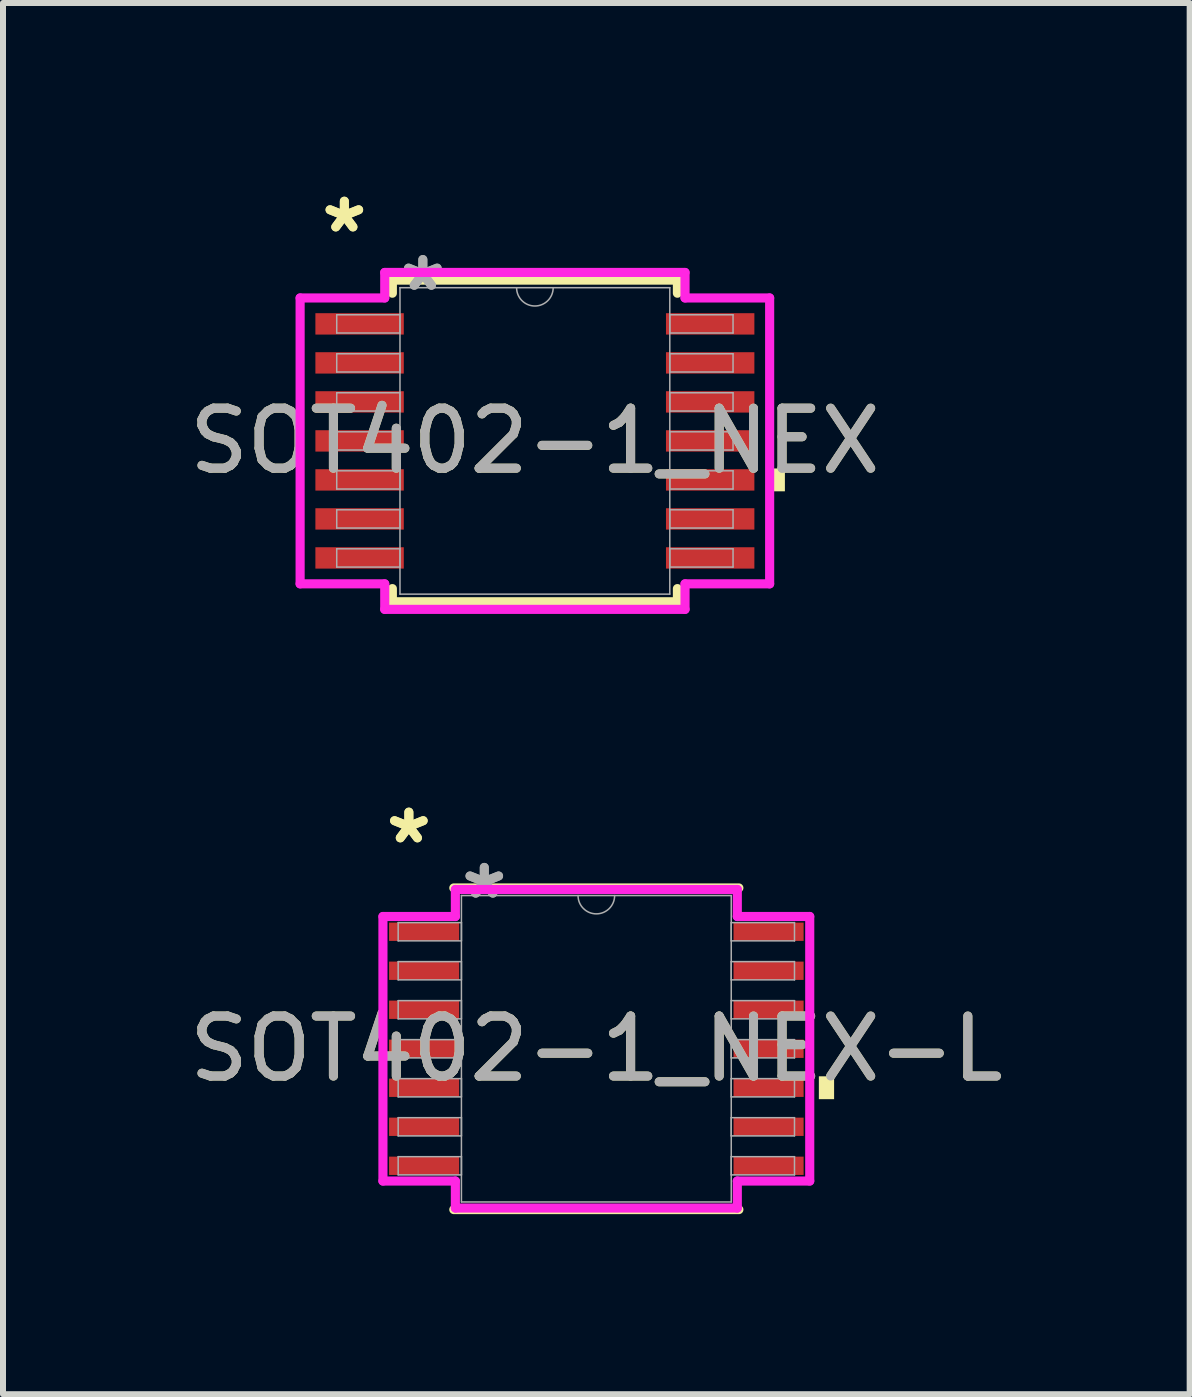
<source format=kicad_pcb>
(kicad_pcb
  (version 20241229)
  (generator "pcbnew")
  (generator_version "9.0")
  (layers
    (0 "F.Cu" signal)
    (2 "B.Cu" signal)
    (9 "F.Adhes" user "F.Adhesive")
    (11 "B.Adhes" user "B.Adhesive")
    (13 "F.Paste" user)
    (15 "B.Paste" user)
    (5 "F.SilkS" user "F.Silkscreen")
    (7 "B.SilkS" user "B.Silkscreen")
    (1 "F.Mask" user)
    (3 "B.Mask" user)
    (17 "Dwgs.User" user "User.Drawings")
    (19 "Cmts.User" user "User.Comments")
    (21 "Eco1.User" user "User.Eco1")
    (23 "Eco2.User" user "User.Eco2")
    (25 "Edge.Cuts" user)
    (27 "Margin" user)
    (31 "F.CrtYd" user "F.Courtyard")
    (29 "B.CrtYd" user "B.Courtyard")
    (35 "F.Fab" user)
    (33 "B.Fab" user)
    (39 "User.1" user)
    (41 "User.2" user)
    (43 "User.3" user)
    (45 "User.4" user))
  (footprint "SOT402-1_NEX"
    (layer "F.Cu")
    (at 5.863 4.297)
    (property "Reference" "SOT402-1_NEX" (at 0 0 0) (unlocked yes) (layer "F.SilkS") (effects (font (size 1 1) (thickness 0.15))))
    (attr smd)
    (fp_line (start -2.375 -2.68) (end -2.375 -2.461) (stroke (width 0.152) (type solid)) (layer "F.SilkS"))
    (fp_line (start -2.375 2.461) (end -2.375 2.68) (stroke (width 0.152) (type solid)) (layer "F.SilkS"))
    (fp_line (start -2.375 2.68) (end 2.375 2.68) (stroke (width 0.152) (type solid)) (layer "F.SilkS"))
    (fp_line (start 2.375 -2.68) (end -2.375 -2.68) (stroke (width 0.152) (type solid)) (layer "F.SilkS"))
    (fp_line (start 2.375 -2.461) (end 2.375 -2.68) (stroke (width 0.152) (type solid)) (layer "F.SilkS"))
    (fp_line (start 2.375 2.68) (end 2.375 2.461) (stroke (width 0.152) (type solid)) (layer "F.SilkS"))
    (fp_poly (pts (xy 4.166 0.459) (xy 4.166 0.84) (xy 3.912 0.84) (xy 3.912 0.459)) (stroke (width 0) (type solid)) (fill yes) (layer "F.SilkS"))
    (fp_line (start -3.912 -2.382) (end -2.502 -2.382) (stroke (width 0.152) (type solid)) (layer "F.CrtYd"))
    (fp_line (start -3.912 2.382) (end -3.912 -2.382) (stroke (width 0.152) (type solid)) (layer "F.CrtYd"))
    (fp_line (start -3.912 2.382) (end -2.502 2.382) (stroke (width 0.152) (type solid)) (layer "F.CrtYd"))
    (fp_line (start -2.502 -2.807) (end 2.502 -2.807) (stroke (width 0.152) (type solid)) (layer "F.CrtYd"))
    (fp_line (start -2.502 -2.382) (end -2.502 -2.807) (stroke (width 0.152) (type solid)) (layer "F.CrtYd"))
    (fp_line (start -2.502 2.807) (end -2.502 2.382) (stroke (width 0.152) (type solid)) (layer "F.CrtYd"))
    (fp_line (start 2.502 -2.807) (end 2.502 -2.382) (stroke (width 0.152) (type solid)) (layer "F.CrtYd"))
    (fp_line (start 2.502 2.382) (end 2.502 2.807) (stroke (width 0.152) (type solid)) (layer "F.CrtYd"))
    (fp_line (start 2.502 2.807) (end -2.502 2.807) (stroke (width 0.152) (type solid)) (layer "F.CrtYd"))
    (fp_line (start 3.912 -2.382) (end 2.502 -2.382) (stroke (width 0.152) (type solid)) (layer "F.CrtYd"))
    (fp_line (start 3.912 -2.382) (end 3.912 2.382) (stroke (width 0.152) (type solid)) (layer "F.CrtYd"))
    (fp_line (start 3.912 2.382) (end 2.502 2.382) (stroke (width 0.152) (type solid)) (layer "F.CrtYd"))
    (fp_line (start -3.302 -2.102) (end -3.302 -1.798) (stroke (width 0.025) (type solid)) (layer "F.Fab"))
    (fp_line (start -3.302 -1.798) (end -2.248 -1.798) (stroke (width 0.025) (type solid)) (layer "F.Fab"))
    (fp_line (start -3.302 -1.452) (end -3.302 -1.148) (stroke (width 0.025) (type solid)) (layer "F.Fab"))
    (fp_line (start -3.302 -1.148) (end -2.248 -1.148) (stroke (width 0.025) (type solid)) (layer "F.Fab"))
    (fp_line (start -3.302 -0.802) (end -3.302 -0.498) (stroke (width 0.025) (type solid)) (layer "F.Fab"))
    (fp_line (start -3.302 -0.498) (end -2.248 -0.498) (stroke (width 0.025) (type solid)) (layer "F.Fab"))
    (fp_line (start -3.302 -0.152) (end -3.302 0.152) (stroke (width 0.025) (type solid)) (layer "F.Fab"))
    (fp_line (start -3.302 0.152) (end -2.248 0.152) (stroke (width 0.025) (type solid)) (layer "F.Fab"))
    (fp_line (start -3.302 0.498) (end -3.302 0.802) (stroke (width 0.025) (type solid)) (layer "F.Fab"))
    (fp_line (start -3.302 0.802) (end -2.248 0.802) (stroke (width 0.025) (type solid)) (layer "F.Fab"))
    (fp_line (start -3.302 1.148) (end -3.302 1.452) (stroke (width 0.025) (type solid)) (layer "F.Fab"))
    (fp_line (start -3.302 1.452) (end -2.248 1.452) (stroke (width 0.025) (type solid)) (layer "F.Fab"))
    (fp_line (start -3.302 1.798) (end -3.302 2.102) (stroke (width 0.025) (type solid)) (layer "F.Fab"))
    (fp_line (start -3.302 2.102) (end -2.248 2.102) (stroke (width 0.025) (type solid)) (layer "F.Fab"))
    (fp_line (start -2.248 -2.553) (end -2.248 2.553) (stroke (width 0.025) (type solid)) (layer "F.Fab"))
    (fp_line (start -2.248 -2.102) (end -3.302 -2.102) (stroke (width 0.025) (type solid)) (layer "F.Fab"))
    (fp_line (start -2.248 -1.798) (end -2.248 -2.102) (stroke (width 0.025) (type solid)) (layer "F.Fab"))
    (fp_line (start -2.248 -1.452) (end -3.302 -1.452) (stroke (width 0.025) (type solid)) (layer "F.Fab"))
    (fp_line (start -2.248 -1.148) (end -2.248 -1.452) (stroke (width 0.025) (type solid)) (layer "F.Fab"))
    (fp_line (start -2.248 -0.802) (end -3.302 -0.802) (stroke (width 0.025) (type solid)) (layer "F.Fab"))
    (fp_line (start -2.248 -0.498) (end -2.248 -0.802) (stroke (width 0.025) (type solid)) (layer "F.Fab"))
    (fp_line (start -2.248 -0.152) (end -3.302 -0.152) (stroke (width 0.025) (type solid)) (layer "F.Fab"))
    (fp_line (start -2.248 0.152) (end -2.248 -0.152) (stroke (width 0.025) (type solid)) (layer "F.Fab"))
    (fp_line (start -2.248 0.498) (end -3.302 0.498) (stroke (width 0.025) (type solid)) (layer "F.Fab"))
    (fp_line (start -2.248 0.802) (end -2.248 0.498) (stroke (width 0.025) (type solid)) (layer "F.Fab"))
    (fp_line (start -2.248 1.148) (end -3.302 1.148) (stroke (width 0.025) (type solid)) (layer "F.Fab"))
    (fp_line (start -2.248 1.452) (end -2.248 1.148) (stroke (width 0.025) (type solid)) (layer "F.Fab"))
    (fp_line (start -2.248 1.798) (end -3.302 1.798) (stroke (width 0.025) (type solid)) (layer "F.Fab"))
    (fp_line (start -2.248 2.102) (end -2.248 1.798) (stroke (width 0.025) (type solid)) (layer "F.Fab"))
    (fp_line (start -2.248 2.553) (end 2.248 2.553) (stroke (width 0.025) (type solid)) (layer "F.Fab"))
    (fp_line (start 2.248 -2.553) (end -2.248 -2.553) (stroke (width 0.025) (type solid)) (layer "F.Fab"))
    (fp_line (start 2.248 -2.102) (end 2.248 -1.798) (stroke (width 0.025) (type solid)) (layer "F.Fab"))
    (fp_line (start 2.248 -1.798) (end 3.302 -1.798) (stroke (width 0.025) (type solid)) (layer "F.Fab"))
    (fp_line (start 2.248 -1.452) (end 2.248 -1.148) (stroke (width 0.025) (type solid)) (layer "F.Fab"))
    (fp_line (start 2.248 -1.148) (end 3.302 -1.148) (stroke (width 0.025) (type solid)) (layer "F.Fab"))
    (fp_line (start 2.248 -0.802) (end 2.248 -0.498) (stroke (width 0.025) (type solid)) (layer "F.Fab"))
    (fp_line (start 2.248 -0.498) (end 3.302 -0.498) (stroke (width 0.025) (type solid)) (layer "F.Fab"))
    (fp_line (start 2.248 -0.152) (end 2.248 0.152) (stroke (width 0.025) (type solid)) (layer "F.Fab"))
    (fp_line (start 2.248 0.152) (end 3.302 0.152) (stroke (width 0.025) (type solid)) (layer "F.Fab"))
    (fp_line (start 2.248 0.498) (end 2.248 0.802) (stroke (width 0.025) (type solid)) (layer "F.Fab"))
    (fp_line (start 2.248 0.802) (end 3.302 0.802) (stroke (width 0.025) (type solid)) (layer "F.Fab"))
    (fp_line (start 2.248 1.148) (end 2.248 1.452) (stroke (width 0.025) (type solid)) (layer "F.Fab"))
    (fp_line (start 2.248 1.452) (end 3.302 1.452) (stroke (width 0.025) (type solid)) (layer "F.Fab"))
    (fp_line (start 2.248 1.798) (end 2.248 2.102) (stroke (width 0.025) (type solid)) (layer "F.Fab"))
    (fp_line (start 2.248 2.102) (end 3.302 2.102) (stroke (width 0.025) (type solid)) (layer "F.Fab"))
    (fp_line (start 2.248 2.553) (end 2.248 -2.553) (stroke (width 0.025) (type solid)) (layer "F.Fab"))
    (fp_line (start 3.302 -2.102) (end 2.248 -2.102) (stroke (width 0.025) (type solid)) (layer "F.Fab"))
    (fp_line (start 3.302 -1.798) (end 3.302 -2.102) (stroke (width 0.025) (type solid)) (layer "F.Fab"))
    (fp_line (start 3.302 -1.452) (end 2.248 -1.452) (stroke (width 0.025) (type solid)) (layer "F.Fab"))
    (fp_line (start 3.302 -1.148) (end 3.302 -1.452) (stroke (width 0.025) (type solid)) (layer "F.Fab"))
    (fp_line (start 3.302 -0.802) (end 2.248 -0.802) (stroke (width 0.025) (type solid)) (layer "F.Fab"))
    (fp_line (start 3.302 -0.498) (end 3.302 -0.802) (stroke (width 0.025) (type solid)) (layer "F.Fab"))
    (fp_line (start 3.302 -0.152) (end 2.248 -0.152) (stroke (width 0.025) (type solid)) (layer "F.Fab"))
    (fp_line (start 3.302 0.152) (end 3.302 -0.152) (stroke (width 0.025) (type solid)) (layer "F.Fab"))
    (fp_line (start 3.302 0.498) (end 2.248 0.498) (stroke (width 0.025) (type solid)) (layer "F.Fab"))
    (fp_line (start 3.302 0.802) (end 3.302 0.498) (stroke (width 0.025) (type solid)) (layer "F.Fab"))
    (fp_line (start 3.302 1.148) (end 2.248 1.148) (stroke (width 0.025) (type solid)) (layer "F.Fab"))
    (fp_line (start 3.302 1.452) (end 3.302 1.148) (stroke (width 0.025) (type solid)) (layer "F.Fab"))
    (fp_line (start 3.302 1.798) (end 2.248 1.798) (stroke (width 0.025) (type solid)) (layer "F.Fab"))
    (fp_line (start 3.302 2.102) (end 3.302 1.798) (stroke (width 0.025) (type solid)) (layer "F.Fab"))
    (fp_arc (start 0.3048 -2.5527) (mid 0 -2.2479) (end -0.3048 -2.5527) (stroke (width 0.0254) (type solid)) (layer "F.Fab"))
    (fp_text user "*" (at -3.175 -3.449 0) (unlocked yes) (layer "F.SilkS") (effects (font (size 1 1) (thickness 0.15))))
    (fp_text user "*" (at -3.175 -3.449 0) (layer "F.SilkS") (effects (font (size 1 1) (thickness 0.15))))
    (fp_text user "*" (at -1.867 -2.477 0) (unlocked yes) (layer "F.Fab") (effects (font (size 1 1) (thickness 0.15))))
    (fp_text user "${REFERENCE}" (at 0 0 0) (unlocked yes) (layer "F.Fab") (effects (font (size 1 1) (thickness 0.15))))
    (fp_text user "*" (at -1.867 -2.477 0) (layer "F.Fab") (effects (font (size 1 1) (thickness 0.15))))
    (pad "1" smd rect (at -2.921 -1.95) (size 1.473 0.356) (layers "F.Cu" "F.Mask" "F.Paste"))
    (pad "2" smd rect (at -2.921 -1.3) (size 1.473 0.356) (layers "F.Cu" "F.Mask" "F.Paste"))
    (pad "3" smd rect (at -2.921 -0.65) (size 1.473 0.356) (layers "F.Cu" "F.Mask" "F.Paste"))
    (pad "4" smd rect (at -2.921 0) (size 1.473 0.356) (layers "F.Cu" "F.Mask" "F.Paste"))
    (pad "5" smd rect (at -2.921 0.65) (size 1.473 0.356) (layers "F.Cu" "F.Mask" "F.Paste"))
    (pad "6" smd rect (at -2.921 1.3) (size 1.473 0.356) (layers "F.Cu" "F.Mask" "F.Paste"))
    (pad "7" smd rect (at -2.921 1.95) (size 1.473 0.356) (layers "F.Cu" "F.Mask" "F.Paste"))
    (pad "8" smd rect (at 2.921 1.95) (size 1.473 0.356) (layers "F.Cu" "F.Mask" "F.Paste"))
    (pad "9" smd rect (at 2.921 1.3) (size 1.473 0.356) (layers "F.Cu" "F.Mask" "F.Paste"))
    (pad "10" smd rect (at 2.921 0.65) (size 1.473 0.356) (layers "F.Cu" "F.Mask" "F.Paste"))
    (pad "11" smd rect (at 2.921 0) (size 1.473 0.356) (layers "F.Cu" "F.Mask" "F.Paste"))
    (pad "12" smd rect (at 2.921 -0.65) (size 1.473 0.356) (layers "F.Cu" "F.Mask" "F.Paste"))
    (pad "13" smd rect (at 2.921 -1.3) (size 1.473 0.356) (layers "F.Cu" "F.Mask" "F.Paste"))
    (pad "14" smd rect (at 2.921 -1.95) (size 1.473 0.356) (layers "F.Cu" "F.Mask" "F.Paste")))
  (footprint "SOT402-1_NEX-L"
    (layer "F.Cu")
    (at 6.887 14.426)
    (property "Reference" "SOT402-1_NEX-L" (at 0 0 0) (unlocked yes) (layer "F.SilkS") (effects (font (size 1 1) (thickness 0.15))))
    (attr smd)
    (fp_line (start -2.375 2.68) (end 2.375 2.68) (stroke (width 0.152) (type solid)) (layer "F.SilkS"))
    (fp_line (start 2.375 -2.68) (end -2.375 -2.68) (stroke (width 0.152) (type solid)) (layer "F.SilkS"))
    (fp_poly (pts (xy 3.962 0.459) (xy 3.962 0.84) (xy 3.708 0.84) (xy 3.708 0.459)) (stroke (width 0) (type solid)) (fill yes) (layer "F.SilkS"))
    (fp_line (start -3.556 -2.204) (end -2.349 -2.204) (stroke (width 0.152) (type solid)) (layer "F.CrtYd"))
    (fp_line (start -3.556 2.204) (end -3.556 -2.204) (stroke (width 0.152) (type solid)) (layer "F.CrtYd"))
    (fp_line (start -3.556 2.204) (end -2.349 2.204) (stroke (width 0.152) (type solid)) (layer "F.CrtYd"))
    (fp_line (start -2.349 -2.654) (end 2.349 -2.654) (stroke (width 0.152) (type solid)) (layer "F.CrtYd"))
    (fp_line (start -2.349 -2.204) (end -2.349 -2.654) (stroke (width 0.152) (type solid)) (layer "F.CrtYd"))
    (fp_line (start -2.349 2.654) (end -2.349 2.204) (stroke (width 0.152) (type solid)) (layer "F.CrtYd"))
    (fp_line (start 2.349 -2.654) (end 2.349 -2.204) (stroke (width 0.152) (type solid)) (layer "F.CrtYd"))
    (fp_line (start 2.349 2.204) (end 2.349 2.654) (stroke (width 0.152) (type solid)) (layer "F.CrtYd"))
    (fp_line (start 2.349 2.654) (end -2.349 2.654) (stroke (width 0.152) (type solid)) (layer "F.CrtYd"))
    (fp_line (start 3.556 -2.204) (end 2.349 -2.204) (stroke (width 0.152) (type solid)) (layer "F.CrtYd"))
    (fp_line (start 3.556 -2.204) (end 3.556 2.204) (stroke (width 0.152) (type solid)) (layer "F.CrtYd"))
    (fp_line (start 3.556 2.204) (end 2.349 2.204) (stroke (width 0.152) (type solid)) (layer "F.CrtYd"))
    (fp_line (start -3.302 -2.102) (end -3.302 -1.798) (stroke (width 0.025) (type solid)) (layer "F.Fab"))
    (fp_line (start -3.302 -1.798) (end -2.248 -1.798) (stroke (width 0.025) (type solid)) (layer "F.Fab"))
    (fp_line (start -3.302 -1.452) (end -3.302 -1.148) (stroke (width 0.025) (type solid)) (layer "F.Fab"))
    (fp_line (start -3.302 -1.148) (end -2.248 -1.148) (stroke (width 0.025) (type solid)) (layer "F.Fab"))
    (fp_line (start -3.302 -0.802) (end -3.302 -0.498) (stroke (width 0.025) (type solid)) (layer "F.Fab"))
    (fp_line (start -3.302 -0.498) (end -2.248 -0.498) (stroke (width 0.025) (type solid)) (layer "F.Fab"))
    (fp_line (start -3.302 -0.152) (end -3.302 0.152) (stroke (width 0.025) (type solid)) (layer "F.Fab"))
    (fp_line (start -3.302 0.152) (end -2.248 0.152) (stroke (width 0.025) (type solid)) (layer "F.Fab"))
    (fp_line (start -3.302 0.498) (end -3.302 0.802) (stroke (width 0.025) (type solid)) (layer "F.Fab"))
    (fp_line (start -3.302 0.802) (end -2.248 0.802) (stroke (width 0.025) (type solid)) (layer "F.Fab"))
    (fp_line (start -3.302 1.148) (end -3.302 1.452) (stroke (width 0.025) (type solid)) (layer "F.Fab"))
    (fp_line (start -3.302 1.452) (end -2.248 1.452) (stroke (width 0.025) (type solid)) (layer "F.Fab"))
    (fp_line (start -3.302 1.798) (end -3.302 2.102) (stroke (width 0.025) (type solid)) (layer "F.Fab"))
    (fp_line (start -3.302 2.102) (end -2.248 2.102) (stroke (width 0.025) (type solid)) (layer "F.Fab"))
    (fp_line (start -2.248 -2.553) (end -2.248 2.553) (stroke (width 0.025) (type solid)) (layer "F.Fab"))
    (fp_line (start -2.248 -2.102) (end -3.302 -2.102) (stroke (width 0.025) (type solid)) (layer "F.Fab"))
    (fp_line (start -2.248 -1.798) (end -2.248 -2.102) (stroke (width 0.025) (type solid)) (layer "F.Fab"))
    (fp_line (start -2.248 -1.452) (end -3.302 -1.452) (stroke (width 0.025) (type solid)) (layer "F.Fab"))
    (fp_line (start -2.248 -1.148) (end -2.248 -1.452) (stroke (width 0.025) (type solid)) (layer "F.Fab"))
    (fp_line (start -2.248 -0.802) (end -3.302 -0.802) (stroke (width 0.025) (type solid)) (layer "F.Fab"))
    (fp_line (start -2.248 -0.498) (end -2.248 -0.802) (stroke (width 0.025) (type solid)) (layer "F.Fab"))
    (fp_line (start -2.248 -0.152) (end -3.302 -0.152) (stroke (width 0.025) (type solid)) (layer "F.Fab"))
    (fp_line (start -2.248 0.152) (end -2.248 -0.152) (stroke (width 0.025) (type solid)) (layer "F.Fab"))
    (fp_line (start -2.248 0.498) (end -3.302 0.498) (stroke (width 0.025) (type solid)) (layer "F.Fab"))
    (fp_line (start -2.248 0.802) (end -2.248 0.498) (stroke (width 0.025) (type solid)) (layer "F.Fab"))
    (fp_line (start -2.248 1.148) (end -3.302 1.148) (stroke (width 0.025) (type solid)) (layer "F.Fab"))
    (fp_line (start -2.248 1.452) (end -2.248 1.148) (stroke (width 0.025) (type solid)) (layer "F.Fab"))
    (fp_line (start -2.248 1.798) (end -3.302 1.798) (stroke (width 0.025) (type solid)) (layer "F.Fab"))
    (fp_line (start -2.248 2.102) (end -2.248 1.798) (stroke (width 0.025) (type solid)) (layer "F.Fab"))
    (fp_line (start -2.248 2.553) (end 2.248 2.553) (stroke (width 0.025) (type solid)) (layer "F.Fab"))
    (fp_line (start 2.248 -2.553) (end -2.248 -2.553) (stroke (width 0.025) (type solid)) (layer "F.Fab"))
    (fp_line (start 2.248 -2.102) (end 2.248 -1.798) (stroke (width 0.025) (type solid)) (layer "F.Fab"))
    (fp_line (start 2.248 -1.798) (end 3.302 -1.798) (stroke (width 0.025) (type solid)) (layer "F.Fab"))
    (fp_line (start 2.248 -1.452) (end 2.248 -1.148) (stroke (width 0.025) (type solid)) (layer "F.Fab"))
    (fp_line (start 2.248 -1.148) (end 3.302 -1.148) (stroke (width 0.025) (type solid)) (layer "F.Fab"))
    (fp_line (start 2.248 -0.802) (end 2.248 -0.498) (stroke (width 0.025) (type solid)) (layer "F.Fab"))
    (fp_line (start 2.248 -0.498) (end 3.302 -0.498) (stroke (width 0.025) (type solid)) (layer "F.Fab"))
    (fp_line (start 2.248 -0.152) (end 2.248 0.152) (stroke (width 0.025) (type solid)) (layer "F.Fab"))
    (fp_line (start 2.248 0.152) (end 3.302 0.152) (stroke (width 0.025) (type solid)) (layer "F.Fab"))
    (fp_line (start 2.248 0.498) (end 2.248 0.802) (stroke (width 0.025) (type solid)) (layer "F.Fab"))
    (fp_line (start 2.248 0.802) (end 3.302 0.802) (stroke (width 0.025) (type solid)) (layer "F.Fab"))
    (fp_line (start 2.248 1.148) (end 2.248 1.452) (stroke (width 0.025) (type solid)) (layer "F.Fab"))
    (fp_line (start 2.248 1.452) (end 3.302 1.452) (stroke (width 0.025) (type solid)) (layer "F.Fab"))
    (fp_line (start 2.248 1.798) (end 2.248 2.102) (stroke (width 0.025) (type solid)) (layer "F.Fab"))
    (fp_line (start 2.248 2.102) (end 3.302 2.102) (stroke (width 0.025) (type solid)) (layer "F.Fab"))
    (fp_line (start 2.248 2.553) (end 2.248 -2.553) (stroke (width 0.025) (type solid)) (layer "F.Fab"))
    (fp_line (start 3.302 -2.102) (end 2.248 -2.102) (stroke (width 0.025) (type solid)) (layer "F.Fab"))
    (fp_line (start 3.302 -1.798) (end 3.302 -2.102) (stroke (width 0.025) (type solid)) (layer "F.Fab"))
    (fp_line (start 3.302 -1.452) (end 2.248 -1.452) (stroke (width 0.025) (type solid)) (layer "F.Fab"))
    (fp_line (start 3.302 -1.148) (end 3.302 -1.452) (stroke (width 0.025) (type solid)) (layer "F.Fab"))
    (fp_line (start 3.302 -0.802) (end 2.248 -0.802) (stroke (width 0.025) (type solid)) (layer "F.Fab"))
    (fp_line (start 3.302 -0.498) (end 3.302 -0.802) (stroke (width 0.025) (type solid)) (layer "F.Fab"))
    (fp_line (start 3.302 -0.152) (end 2.248 -0.152) (stroke (width 0.025) (type solid)) (layer "F.Fab"))
    (fp_line (start 3.302 0.152) (end 3.302 -0.152) (stroke (width 0.025) (type solid)) (layer "F.Fab"))
    (fp_line (start 3.302 0.498) (end 2.248 0.498) (stroke (width 0.025) (type solid)) (layer "F.Fab"))
    (fp_line (start 3.302 0.802) (end 3.302 0.498) (stroke (width 0.025) (type solid)) (layer "F.Fab"))
    (fp_line (start 3.302 1.148) (end 2.248 1.148) (stroke (width 0.025) (type solid)) (layer "F.Fab"))
    (fp_line (start 3.302 1.452) (end 3.302 1.148) (stroke (width 0.025) (type solid)) (layer "F.Fab"))
    (fp_line (start 3.302 1.798) (end 2.248 1.798) (stroke (width 0.025) (type solid)) (layer "F.Fab"))
    (fp_line (start 3.302 2.102) (end 3.302 1.798) (stroke (width 0.025) (type solid)) (layer "F.Fab"))
    (fp_arc (start 0.3048 -2.5527) (mid 0 -2.2479) (end -0.3048 -2.5527) (stroke (width 0.0254) (type solid)) (layer "F.Fab"))
    (fp_text user "*" (at -3.124 -3.398 0) (unlocked yes) (layer "F.SilkS") (effects (font (size 1 1) (thickness 0.15))))
    (fp_text user "*" (at -3.124 -3.398 0) (layer "F.SilkS") (effects (font (size 1 1) (thickness 0.15))))
    (fp_text user "*" (at -1.867 -2.477 0) (layer "F.Fab") (effects (font (size 1 1) (thickness 0.15))))
    (fp_text user "${REFERENCE}" (at 0 0 0) (unlocked yes) (layer "F.Fab") (effects (font (size 1 1) (thickness 0.15))))
    (fp_text user "*" (at -1.867 -2.477 0) (unlocked yes) (layer "F.Fab") (effects (font (size 1 1) (thickness 0.15))))
    (pad "1" smd rect (at -2.87 -1.95) (size 1.168 0.305) (layers "F.Cu" "F.Mask" "F.Paste"))
    (pad "2" smd rect (at -2.87 -1.3) (size 1.168 0.305) (layers "F.Cu" "F.Mask" "F.Paste"))
    (pad "3" smd rect (at -2.87 -0.65) (size 1.168 0.305) (layers "F.Cu" "F.Mask" "F.Paste"))
    (pad "4" smd rect (at -2.87 0) (size 1.168 0.305) (layers "F.Cu" "F.Mask" "F.Paste"))
    (pad "5" smd rect (at -2.87 0.65) (size 1.168 0.305) (layers "F.Cu" "F.Mask" "F.Paste"))
    (pad "6" smd rect (at -2.87 1.3) (size 1.168 0.305) (layers "F.Cu" "F.Mask" "F.Paste"))
    (pad "7" smd rect (at -2.87 1.95) (size 1.168 0.305) (layers "F.Cu" "F.Mask" "F.Paste"))
    (pad "8" smd rect (at 2.87 1.95) (size 1.168 0.305) (layers "F.Cu" "F.Mask" "F.Paste"))
    (pad "9" smd rect (at 2.87 1.3) (size 1.168 0.305) (layers "F.Cu" "F.Mask" "F.Paste"))
    (pad "10" smd rect (at 2.87 0.65) (size 1.168 0.305) (layers "F.Cu" "F.Mask" "F.Paste"))
    (pad "11" smd rect (at 2.87 0) (size 1.168 0.305) (layers "F.Cu" "F.Mask" "F.Paste"))
    (pad "12" smd rect (at 2.87 -0.65) (size 1.168 0.305) (layers "F.Cu" "F.Mask" "F.Paste"))
    (pad "13" smd rect (at 2.87 -1.3) (size 1.168 0.305) (layers "F.Cu" "F.Mask" "F.Paste"))
    (pad "14" smd rect (at 2.87 -1.95) (size 1.168 0.305) (layers "F.Cu" "F.Mask" "F.Paste")))
  (gr_rect
    (start -3 -3)
    (end 16.774 20.182)
    (stroke (width 0.1) (type default))
    (fill no)
    (layer "Edge.Cuts")))
</source>
